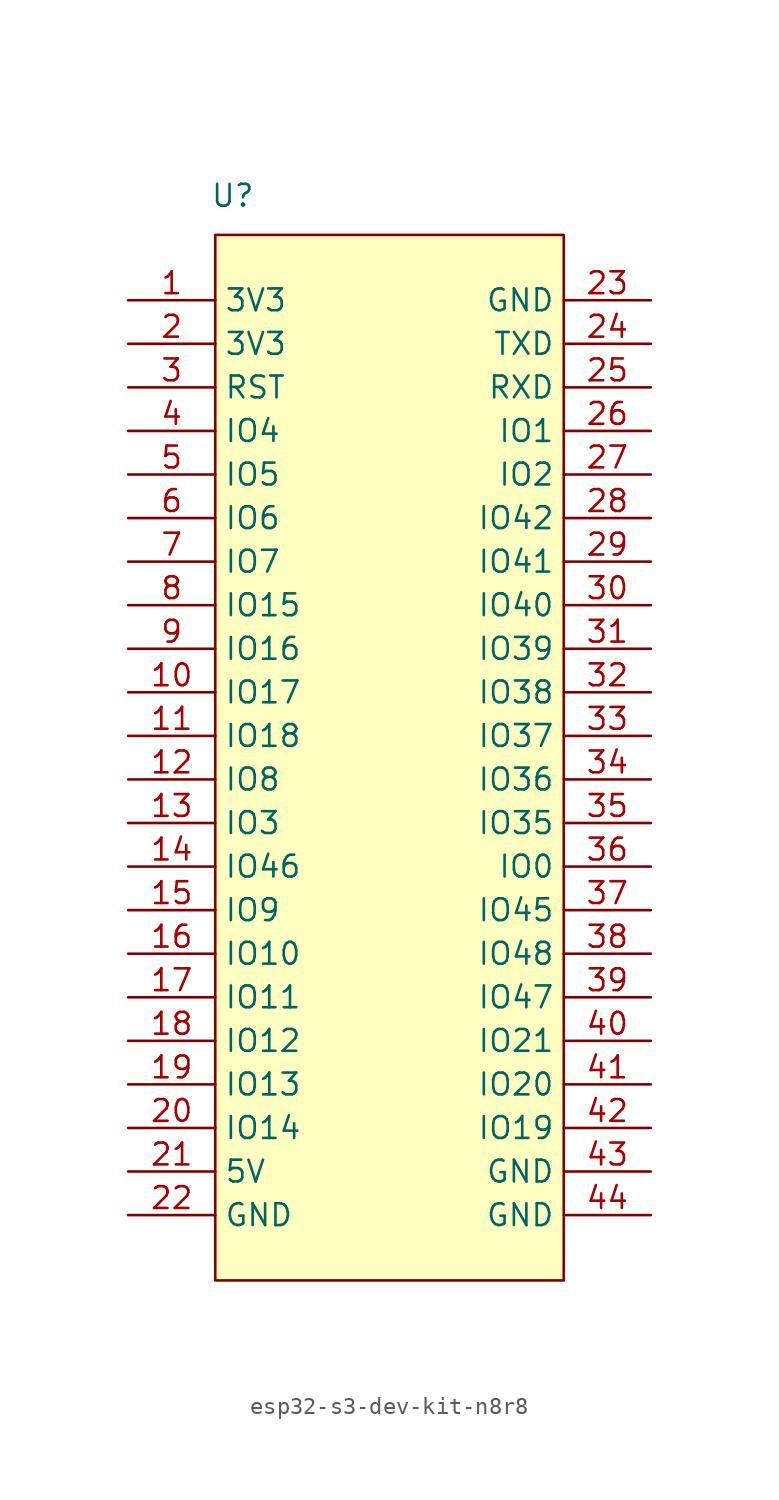
<source format=kicad_sym>
(kicad_symbol_lib
  (version 20231120)
  (generator "kicad_symbol_editor")
  (generator_version "8.0")
  (symbol "esp32-s3-dev-kit-n8r8"
    (property "Reference" "U"
      (at -9.144 31.496 0)
      (effects (font (size 1.27 1.27))))
    (property "Value" ""
      (at -3.81 15.24 0)
      (effects (font (size 1.27 1.27))))
    (symbol "esp32-s3-dev-kit-n8r8_1_1"
      (rectangle (start -10.16 29.21) (end 10.16 -31.75) (stroke (width 0) (type default)) (fill (type background)))
      (pin power_in line (at -15.24 25.4 0) (length 5.08) (name "3V3" (effects (font (size 1.27 1.27)))) (number "1" (effects (font (size 1.27 1.27)))))
      (pin bidirectional line (at -15.24 2.54 0) (length 5.08) (name "IO17" (effects (font (size 1.27 1.27)))) (number "10" (effects (font (size 1.27 1.27)))))
      (pin bidirectional line (at -15.24 0 0) (length 5.08) (name "IO18" (effects (font (size 1.27 1.27)))) (number "11" (effects (font (size 1.27 1.27)))))
      (pin bidirectional line (at -15.24 -2.54 0) (length 5.08) (name "IO8" (effects (font (size 1.27 1.27)))) (number "12" (effects (font (size 1.27 1.27)))))
      (pin bidirectional line (at -15.24 -5.08 0) (length 5.08) (name "IO3" (effects (font (size 1.27 1.27)))) (number "13" (effects (font (size 1.27 1.27)))))
      (pin bidirectional line (at -15.24 -7.62 0) (length 5.08) (name "IO46" (effects (font (size 1.27 1.27)))) (number "14" (effects (font (size 1.27 1.27)))))
      (pin bidirectional line (at -15.24 -10.16 0) (length 5.08) (name "IO9" (effects (font (size 1.27 1.27)))) (number "15" (effects (font (size 1.27 1.27)))))
      (pin bidirectional line (at -15.24 -12.7 0) (length 5.08) (name "IO10" (effects (font (size 1.27 1.27)))) (number "16" (effects (font (size 1.27 1.27)))))
      (pin bidirectional line (at -15.24 -15.24 0) (length 5.08) (name "IO11" (effects (font (size 1.27 1.27)))) (number "17" (effects (font (size 1.27 1.27)))))
      (pin bidirectional line (at -15.24 -17.78 0) (length 5.08) (name "IO12" (effects (font (size 1.27 1.27)))) (number "18" (effects (font (size 1.27 1.27)))))
      (pin bidirectional line (at -15.24 -20.32 0) (length 5.08) (name "IO13" (effects (font (size 1.27 1.27)))) (number "19" (effects (font (size 1.27 1.27)))))
      (pin power_in line (at -15.24 22.86 0) (length 5.08) (name "3V3" (effects (font (size 1.27 1.27)))) (number "2" (effects (font (size 1.27 1.27)))))
      (pin bidirectional line (at -15.24 -22.86 0) (length 5.08) (name "IO14" (effects (font (size 1.27 1.27)))) (number "20" (effects (font (size 1.27 1.27)))))
      (pin power_in line (at -15.24 -25.4 0) (length 5.08) (name "5V" (effects (font (size 1.27 1.27)))) (number "21" (effects (font (size 1.27 1.27)))))
      (pin power_in line (at -15.24 -27.94 0) (length 5.08) (name "GND" (effects (font (size 1.27 1.27)))) (number "22" (effects (font (size 1.27 1.27)))))
      (pin power_in line (at 15.24 25.4 180) (length 5.08) (name "GND" (effects (font (size 1.27 1.27)))) (number "23" (effects (font (size 1.27 1.27)))))
      (pin bidirectional line (at 15.24 22.86 180) (length 5.08) (name "TXD" (effects (font (size 1.27 1.27)))) (number "24" (effects (font (size 1.27 1.27)))))
      (pin bidirectional line (at 15.24 20.32 180) (length 5.08) (name "RXD" (effects (font (size 1.27 1.27)))) (number "25" (effects (font (size 1.27 1.27)))))
      (pin bidirectional line (at 15.24 17.78 180) (length 5.08) (name "IO1" (effects (font (size 1.27 1.27)))) (number "26" (effects (font (size 1.27 1.27)))))
      (pin bidirectional line (at 15.24 15.24 180) (length 5.08) (name "IO2" (effects (font (size 1.27 1.27)))) (number "27" (effects (font (size 1.27 1.27)))))
      (pin bidirectional line (at 15.24 12.7 180) (length 5.08) (name "IO42" (effects (font (size 1.27 1.27)))) (number "28" (effects (font (size 1.27 1.27)))))
      (pin bidirectional line (at 15.24 10.16 180) (length 5.08) (name "IO41" (effects (font (size 1.27 1.27)))) (number "29" (effects (font (size 1.27 1.27)))))
      (pin bidirectional line (at -15.24 20.32 0) (length 5.08) (name "RST" (effects (font (size 1.27 1.27)))) (number "3" (effects (font (size 1.27 1.27)))))
      (pin bidirectional line (at 15.24 7.62 180) (length 5.08) (name "IO40" (effects (font (size 1.27 1.27)))) (number "30" (effects (font (size 1.27 1.27)))))
      (pin bidirectional line (at 15.24 5.08 180) (length 5.08) (name "IO39" (effects (font (size 1.27 1.27)))) (number "31" (effects (font (size 1.27 1.27)))))
      (pin bidirectional line (at 15.24 2.54 180) (length 5.08) (name "IO38" (effects (font (size 1.27 1.27)))) (number "32" (effects (font (size 1.27 1.27)))))
      (pin bidirectional line (at 15.24 0 180) (length 5.08) (name "IO37" (effects (font (size 1.27 1.27)))) (number "33" (effects (font (size 1.27 1.27)))))
      (pin bidirectional line (at 15.24 -2.54 180) (length 5.08) (name "IO36" (effects (font (size 1.27 1.27)))) (number "34" (effects (font (size 1.27 1.27)))))
      (pin bidirectional line (at 15.24 -5.08 180) (length 5.08) (name "IO35" (effects (font (size 1.27 1.27)))) (number "35" (effects (font (size 1.27 1.27)))))
      (pin bidirectional line (at 15.24 -7.62 180) (length 5.08) (name "IO0" (effects (font (size 1.27 1.27)))) (number "36" (effects (font (size 1.27 1.27)))))
      (pin bidirectional line (at 15.24 -10.16 180) (length 5.08) (name "IO45" (effects (font (size 1.27 1.27)))) (number "37" (effects (font (size 1.27 1.27)))))
      (pin bidirectional line (at 15.24 -12.7 180) (length 5.08) (name "IO48" (effects (font (size 1.27 1.27)))) (number "38" (effects (font (size 1.27 1.27)))))
      (pin bidirectional line (at 15.24 -15.24 180) (length 5.08) (name "IO47" (effects (font (size 1.27 1.27)))) (number "39" (effects (font (size 1.27 1.27)))))
      (pin bidirectional line (at -15.24 17.78 0) (length 5.08) (name "IO4" (effects (font (size 1.27 1.27)))) (number "4" (effects (font (size 1.27 1.27)))))
      (pin bidirectional line (at 15.24 -17.78 180) (length 5.08) (name "IO21" (effects (font (size 1.27 1.27)))) (number "40" (effects (font (size 1.27 1.27)))))
      (pin bidirectional line (at 15.24 -20.32 180) (length 5.08) (name "IO20" (effects (font (size 1.27 1.27)))) (number "41" (effects (font (size 1.27 1.27)))))
      (pin bidirectional line (at 15.24 -22.86 180) (length 5.08) (name "IO19" (effects (font (size 1.27 1.27)))) (number "42" (effects (font (size 1.27 1.27)))))
      (pin power_in line (at 15.24 -25.4 180) (length 5.08) (name "GND" (effects (font (size 1.27 1.27)))) (number "43" (effects (font (size 1.27 1.27)))))
      (pin power_in line (at 15.24 -27.94 180) (length 5.08) (name "GND" (effects (font (size 1.27 1.27)))) (number "44" (effects (font (size 1.27 1.27)))))
      (pin bidirectional line (at -15.24 15.24 0) (length 5.08) (name "IO5" (effects (font (size 1.27 1.27)))) (number "5" (effects (font (size 1.27 1.27)))))
      (pin bidirectional line (at -15.24 12.7 0) (length 5.08) (name "IO6" (effects (font (size 1.27 1.27)))) (number "6" (effects (font (size 1.27 1.27)))))
      (pin bidirectional line (at -15.24 10.16 0) (length 5.08) (name "IO7" (effects (font (size 1.27 1.27)))) (number "7" (effects (font (size 1.27 1.27)))))
      (pin bidirectional line (at -15.24 7.62 0) (length 5.08) (name "IO15" (effects (font (size 1.27 1.27)))) (number "8" (effects (font (size 1.27 1.27)))))
      (pin bidirectional line (at -15.24 5.08 0) (length 5.08) (name "IO16" (effects (font (size 1.27 1.27)))) (number "9" (effects (font (size 1.27 1.27))))))))
</source>
